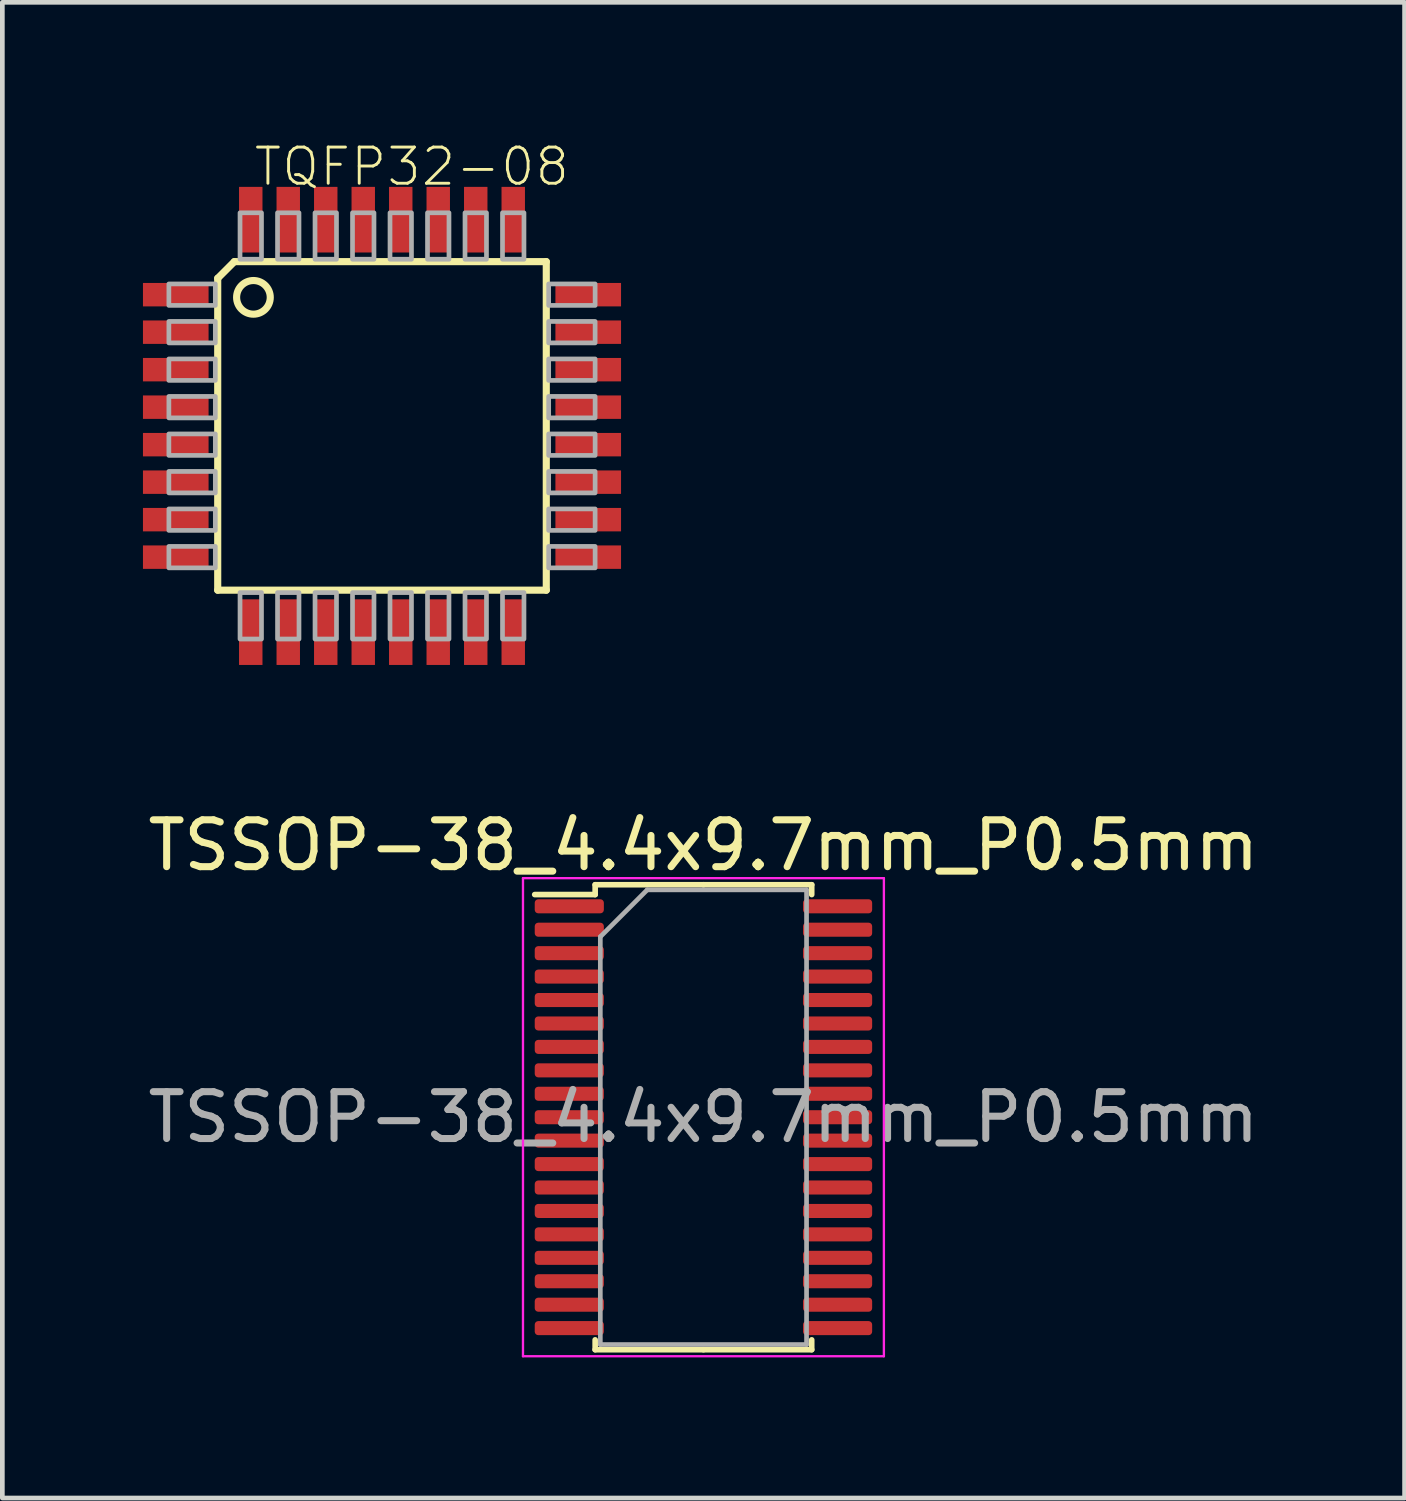
<source format=kicad_pcb>
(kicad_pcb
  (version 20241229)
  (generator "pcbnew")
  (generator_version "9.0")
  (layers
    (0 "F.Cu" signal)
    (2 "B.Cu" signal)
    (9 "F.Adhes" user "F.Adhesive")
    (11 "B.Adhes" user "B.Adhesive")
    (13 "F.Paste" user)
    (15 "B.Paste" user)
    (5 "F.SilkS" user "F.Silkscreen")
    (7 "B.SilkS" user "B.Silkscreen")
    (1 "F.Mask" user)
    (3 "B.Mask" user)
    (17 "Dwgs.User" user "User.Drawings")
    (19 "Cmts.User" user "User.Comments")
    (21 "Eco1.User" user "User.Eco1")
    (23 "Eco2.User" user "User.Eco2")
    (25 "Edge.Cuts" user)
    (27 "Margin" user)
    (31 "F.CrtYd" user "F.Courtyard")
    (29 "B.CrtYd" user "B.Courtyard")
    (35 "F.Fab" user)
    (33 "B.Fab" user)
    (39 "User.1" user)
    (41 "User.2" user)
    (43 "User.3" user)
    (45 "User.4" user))
  (footprint "TQFP32-08"
    (layer "F.Cu")
    (at 5.1 6.037)
    (property "Reference" "TQFP32-08" (at -2.769 -5.08 0) (layer "F.SilkS") (effects (font (size 0.772 0.772) (thickness 0.062)) (justify left bottom)))
    (attr through_hole)
    (fp_line (start -3.505 3.505) (end -3.505 -3.15) (stroke (width 0.152) (type solid)) (layer "F.SilkS"))
    (fp_line (start -3.15 -3.505) (end -3.505 -3.15) (stroke (width 0.152) (type solid)) (layer "F.SilkS"))
    (fp_line (start -3.15 -3.505) (end 3.505 -3.505) (stroke (width 0.152) (type solid)) (layer "F.SilkS"))
    (fp_line (start 3.505 -3.505) (end 3.505 3.505) (stroke (width 0.152) (type solid)) (layer "F.SilkS"))
    (fp_line (start 3.505 3.505) (end -3.505 3.505) (stroke (width 0.152) (type solid)) (layer "F.SilkS"))
    (fp_circle (center -2.743 -2.743) (end -2.384 -2.743) (stroke (width 0.152) (type solid)) (fill no) (layer "F.SilkS"))
    (fp_poly (pts (xy -4.547 -2.571) (xy -3.556 -2.571) (xy -3.556 -3.029) (xy -4.547 -3.029)) (stroke (width 0.1) (type solid)) (fill no) (layer "F.Fab"))
    (fp_poly (pts (xy -4.547 -1.771) (xy -3.556 -1.771) (xy -3.556 -2.229) (xy -4.547 -2.229)) (stroke (width 0.1) (type solid)) (fill no) (layer "F.Fab"))
    (fp_poly (pts (xy -4.547 -0.971) (xy -3.556 -0.971) (xy -3.556 -1.429) (xy -4.547 -1.429)) (stroke (width 0.1) (type solid)) (fill no) (layer "F.Fab"))
    (fp_poly (pts (xy -4.547 -0.171) (xy -3.556 -0.171) (xy -3.556 -0.629) (xy -4.547 -0.629)) (stroke (width 0.1) (type solid)) (fill no) (layer "F.Fab"))
    (fp_poly (pts (xy -4.547 0.629) (xy -3.556 0.629) (xy -3.556 0.171) (xy -4.547 0.171)) (stroke (width 0.1) (type solid)) (fill no) (layer "F.Fab"))
    (fp_poly (pts (xy -4.547 1.429) (xy -3.556 1.429) (xy -3.556 0.971) (xy -4.547 0.971)) (stroke (width 0.1) (type solid)) (fill no) (layer "F.Fab"))
    (fp_poly (pts (xy -4.547 2.229) (xy -3.556 2.229) (xy -3.556 1.771) (xy -4.547 1.771)) (stroke (width 0.1) (type solid)) (fill no) (layer "F.Fab"))
    (fp_poly (pts (xy -4.547 3.029) (xy -3.556 3.029) (xy -3.556 2.571) (xy -4.547 2.571)) (stroke (width 0.1) (type solid)) (fill no) (layer "F.Fab"))
    (fp_poly (pts (xy -3.029 -3.556) (xy -2.571 -3.556) (xy -2.571 -4.547) (xy -3.029 -4.547)) (stroke (width 0.1) (type solid)) (fill no) (layer "F.Fab"))
    (fp_poly (pts (xy -3.029 4.547) (xy -2.571 4.547) (xy -2.571 3.556) (xy -3.029 3.556)) (stroke (width 0.1) (type solid)) (fill no) (layer "F.Fab"))
    (fp_poly (pts (xy -2.229 -3.556) (xy -1.771 -3.556) (xy -1.771 -4.547) (xy -2.229 -4.547)) (stroke (width 0.1) (type solid)) (fill no) (layer "F.Fab"))
    (fp_poly (pts (xy -2.229 4.547) (xy -1.771 4.547) (xy -1.771 3.556) (xy -2.229 3.556)) (stroke (width 0.1) (type solid)) (fill no) (layer "F.Fab"))
    (fp_poly (pts (xy -1.429 -3.556) (xy -0.971 -3.556) (xy -0.971 -4.547) (xy -1.429 -4.547)) (stroke (width 0.1) (type solid)) (fill no) (layer "F.Fab"))
    (fp_poly (pts (xy -1.429 4.547) (xy -0.971 4.547) (xy -0.971 3.556) (xy -1.429 3.556)) (stroke (width 0.1) (type solid)) (fill no) (layer "F.Fab"))
    (fp_poly (pts (xy -0.629 -3.556) (xy -0.171 -3.556) (xy -0.171 -4.547) (xy -0.629 -4.547)) (stroke (width 0.1) (type solid)) (fill no) (layer "F.Fab"))
    (fp_poly (pts (xy -0.629 4.547) (xy -0.171 4.547) (xy -0.171 3.556) (xy -0.629 3.556)) (stroke (width 0.1) (type solid)) (fill no) (layer "F.Fab"))
    (fp_poly (pts (xy 0.171 -3.556) (xy 0.629 -3.556) (xy 0.629 -4.547) (xy 0.171 -4.547)) (stroke (width 0.1) (type solid)) (fill no) (layer "F.Fab"))
    (fp_poly (pts (xy 0.171 4.547) (xy 0.629 4.547) (xy 0.629 3.556) (xy 0.171 3.556)) (stroke (width 0.1) (type solid)) (fill no) (layer "F.Fab"))
    (fp_poly (pts (xy 0.971 -3.556) (xy 1.429 -3.556) (xy 1.429 -4.547) (xy 0.971 -4.547)) (stroke (width 0.1) (type solid)) (fill no) (layer "F.Fab"))
    (fp_poly (pts (xy 0.971 4.547) (xy 1.429 4.547) (xy 1.429 3.556) (xy 0.971 3.556)) (stroke (width 0.1) (type solid)) (fill no) (layer "F.Fab"))
    (fp_poly (pts (xy 1.771 -3.556) (xy 2.229 -3.556) (xy 2.229 -4.547) (xy 1.771 -4.547)) (stroke (width 0.1) (type solid)) (fill no) (layer "F.Fab"))
    (fp_poly (pts (xy 1.771 4.547) (xy 2.229 4.547) (xy 2.229 3.556) (xy 1.771 3.556)) (stroke (width 0.1) (type solid)) (fill no) (layer "F.Fab"))
    (fp_poly (pts (xy 2.571 -3.556) (xy 3.029 -3.556) (xy 3.029 -4.547) (xy 2.571 -4.547)) (stroke (width 0.1) (type solid)) (fill no) (layer "F.Fab"))
    (fp_poly (pts (xy 2.571 4.547) (xy 3.029 4.547) (xy 3.029 3.556) (xy 2.571 3.556)) (stroke (width 0.1) (type solid)) (fill no) (layer "F.Fab"))
    (fp_poly (pts (xy 3.556 -2.571) (xy 4.547 -2.571) (xy 4.547 -3.029) (xy 3.556 -3.029)) (stroke (width 0.1) (type solid)) (fill no) (layer "F.Fab"))
    (fp_poly (pts (xy 3.556 -1.771) (xy 4.547 -1.771) (xy 4.547 -2.229) (xy 3.556 -2.229)) (stroke (width 0.1) (type solid)) (fill no) (layer "F.Fab"))
    (fp_poly (pts (xy 3.556 -0.971) (xy 4.547 -0.971) (xy 4.547 -1.429) (xy 3.556 -1.429)) (stroke (width 0.1) (type solid)) (fill no) (layer "F.Fab"))
    (fp_poly (pts (xy 3.556 -0.171) (xy 4.547 -0.171) (xy 4.547 -0.629) (xy 3.556 -0.629)) (stroke (width 0.1) (type solid)) (fill no) (layer "F.Fab"))
    (fp_poly (pts (xy 3.556 0.629) (xy 4.547 0.629) (xy 4.547 0.171) (xy 3.556 0.171)) (stroke (width 0.1) (type solid)) (fill no) (layer "F.Fab"))
    (fp_poly (pts (xy 3.556 1.429) (xy 4.547 1.429) (xy 4.547 0.971) (xy 3.556 0.971)) (stroke (width 0.1) (type solid)) (fill no) (layer "F.Fab"))
    (fp_poly (pts (xy 3.556 2.229) (xy 4.547 2.229) (xy 4.547 1.771) (xy 3.556 1.771)) (stroke (width 0.1) (type solid)) (fill no) (layer "F.Fab"))
    (fp_poly (pts (xy 3.556 3.029) (xy 4.547 3.029) (xy 4.547 2.571) (xy 3.556 2.571)) (stroke (width 0.1) (type solid)) (fill no) (layer "F.Fab"))
    (pad "1" smd rect (at -4.4 -2.8) (size 1.4 0.5) (layers "F.Cu" "F.Mask" "F.Paste"))
    (pad "2" smd rect (at -4.4 -2) (size 1.4 0.5) (layers "F.Cu" "F.Mask" "F.Paste"))
    (pad "3" smd rect (at -4.4 -1.2) (size 1.4 0.5) (layers "F.Cu" "F.Mask" "F.Paste"))
    (pad "4" smd rect (at -4.4 -0.4) (size 1.4 0.5) (layers "F.Cu" "F.Mask" "F.Paste"))
    (pad "5" smd rect (at -4.4 0.4) (size 1.4 0.5) (layers "F.Cu" "F.Mask" "F.Paste"))
    (pad "6" smd rect (at -4.4 1.2) (size 1.4 0.5) (layers "F.Cu" "F.Mask" "F.Paste"))
    (pad "7" smd rect (at -4.4 2) (size 1.4 0.5) (layers "F.Cu" "F.Mask" "F.Paste"))
    (pad "8" smd rect (at -4.4 2.8) (size 1.4 0.5) (layers "F.Cu" "F.Mask" "F.Paste"))
    (pad "9" smd rect (at -2.8 4.4) (size 0.5 1.4) (layers "F.Cu" "F.Mask" "F.Paste"))
    (pad "10" smd rect (at -2 4.4) (size 0.5 1.4) (layers "F.Cu" "F.Mask" "F.Paste"))
    (pad "11" smd rect (at -1.2 4.4) (size 0.5 1.4) (layers "F.Cu" "F.Mask" "F.Paste"))
    (pad "12" smd rect (at -0.4 4.4) (size 0.5 1.4) (layers "F.Cu" "F.Mask" "F.Paste"))
    (pad "13" smd rect (at 0.4 4.4) (size 0.5 1.4) (layers "F.Cu" "F.Mask" "F.Paste"))
    (pad "14" smd rect (at 1.2 4.4) (size 0.5 1.4) (layers "F.Cu" "F.Mask" "F.Paste"))
    (pad "15" smd rect (at 2 4.4) (size 0.5 1.4) (layers "F.Cu" "F.Mask" "F.Paste"))
    (pad "16" smd rect (at 2.8 4.4) (size 0.5 1.4) (layers "F.Cu" "F.Mask" "F.Paste"))
    (pad "17" smd rect (at 4.4 2.8) (size 1.4 0.5) (layers "F.Cu" "F.Mask" "F.Paste"))
    (pad "18" smd rect (at 4.4 2) (size 1.4 0.5) (layers "F.Cu" "F.Mask" "F.Paste"))
    (pad "19" smd rect (at 4.4 1.2) (size 1.4 0.5) (layers "F.Cu" "F.Mask" "F.Paste"))
    (pad "20" smd rect (at 4.4 0.4) (size 1.4 0.5) (layers "F.Cu" "F.Mask" "F.Paste"))
    (pad "21" smd rect (at 4.4 -0.4) (size 1.4 0.5) (layers "F.Cu" "F.Mask" "F.Paste"))
    (pad "22" smd rect (at 4.4 -1.2) (size 1.4 0.5) (layers "F.Cu" "F.Mask" "F.Paste"))
    (pad "23" smd rect (at 4.4 -2) (size 1.4 0.5) (layers "F.Cu" "F.Mask" "F.Paste"))
    (pad "24" smd rect (at 4.4 -2.8) (size 1.4 0.5) (layers "F.Cu" "F.Mask" "F.Paste"))
    (pad "25" smd rect (at 2.8 -4.4) (size 0.5 1.4) (layers "F.Cu" "F.Mask" "F.Paste"))
    (pad "26" smd rect (at 2 -4.4) (size 0.5 1.4) (layers "F.Cu" "F.Mask" "F.Paste"))
    (pad "27" smd rect (at 1.2 -4.4) (size 0.5 1.4) (layers "F.Cu" "F.Mask" "F.Paste"))
    (pad "28" smd rect (at 0.4 -4.4) (size 0.5 1.4) (layers "F.Cu" "F.Mask" "F.Paste"))
    (pad "29" smd rect (at -0.4 -4.4) (size 0.5 1.4) (layers "F.Cu" "F.Mask" "F.Paste"))
    (pad "30" smd rect (at -1.2 -4.4) (size 0.5 1.4) (layers "F.Cu" "F.Mask" "F.Paste"))
    (pad "31" smd rect (at -2 -4.4) (size 0.5 1.4) (layers "F.Cu" "F.Mask" "F.Paste"))
    (pad "32" smd rect (at -2.8 -4.4) (size 0.5 1.4) (layers "F.Cu" "F.Mask" "F.Paste")))
  (footprint "TSSOP-38_4.4x9.7mm_P0.5mm"
    (layer "F.Cu")
    (at 11.958 21.036)
    (property "Reference" "TSSOP-38_4.4x9.7mm_P0.5mm" (at 0 -6.05 0) (layer "F.SilkS") (effects (font (size 1 1) (thickness 0.15))))
    (attr smd)
    (fp_line (start -2.31 -5.21) (end -2.31 -5) (stroke (width 0.12) (type solid)) (layer "F.SilkS"))
    (fp_line (start -2.31 -5) (end -3.6 -5) (stroke (width 0.12) (type solid)) (layer "F.SilkS"))
    (fp_line (start -2.31 4.71) (end -2.31 4.5) (stroke (width 0.12) (type solid)) (layer "F.SilkS"))
    (fp_line (start 0 -5.21) (end -2.31 -5.21) (stroke (width 0.12) (type solid)) (layer "F.SilkS"))
    (fp_line (start 0 -5.21) (end 2.31 -5.21) (stroke (width 0.12) (type solid)) (layer "F.SilkS"))
    (fp_line (start 0 4.71) (end -2.31 4.71) (stroke (width 0.12) (type solid)) (layer "F.SilkS"))
    (fp_line (start 0 4.71) (end 2.31 4.71) (stroke (width 0.12) (type solid)) (layer "F.SilkS"))
    (fp_line (start 2.31 -5.21) (end 2.31 -5) (stroke (width 0.12) (type solid)) (layer "F.SilkS"))
    (fp_line (start 2.31 4.71) (end 2.31 4.5) (stroke (width 0.12) (type solid)) (layer "F.SilkS"))
    (fp_line (start -3.85 -5.35) (end -3.85 4.85) (stroke (width 0.05) (type solid)) (layer "F.CrtYd"))
    (fp_line (start -3.85 4.85) (end 3.85 4.85) (stroke (width 0.05) (type solid)) (layer "F.CrtYd"))
    (fp_line (start 3.85 -5.35) (end -3.85 -5.35) (stroke (width 0.05) (type solid)) (layer "F.CrtYd"))
    (fp_line (start 3.85 4.85) (end 3.85 -5.35) (stroke (width 0.05) (type solid)) (layer "F.CrtYd"))
    (fp_line (start -2.2 -4.1) (end -1.2 -5.1) (stroke (width 0.1) (type solid)) (layer "F.Fab"))
    (fp_line (start -2.2 4.6) (end -2.2 -4.1) (stroke (width 0.1) (type solid)) (layer "F.Fab"))
    (fp_line (start -1.2 -5.1) (end 2.2 -5.1) (stroke (width 0.1) (type solid)) (layer "F.Fab"))
    (fp_line (start 2.2 -5.1) (end 2.2 4.6) (stroke (width 0.1) (type solid)) (layer "F.Fab"))
    (fp_line (start 2.2 4.6) (end -2.2 4.6) (stroke (width 0.1) (type solid)) (layer "F.Fab"))
    (fp_text user "${REFERENCE}" (at 0 -0.25 0) (layer "F.Fab") (effects (font (size 1 1) (thickness 0.15))))
    (pad "1" smd roundrect (at -2.862 -4.75) (size 1.475 0.3) (layers "F.Cu" "F.Mask" "F.Paste") (roundrect_rratio 0.25))
    (pad "2" smd roundrect (at -2.862 -4.25) (size 1.475 0.3) (layers "F.Cu" "F.Mask" "F.Paste") (roundrect_rratio 0.25))
    (pad "3" smd roundrect (at -2.862 -3.75) (size 1.475 0.3) (layers "F.Cu" "F.Mask" "F.Paste") (roundrect_rratio 0.25))
    (pad "4" smd roundrect (at -2.862 -3.25) (size 1.475 0.3) (layers "F.Cu" "F.Mask" "F.Paste") (roundrect_rratio 0.25))
    (pad "5" smd roundrect (at -2.862 -2.75) (size 1.475 0.3) (layers "F.Cu" "F.Mask" "F.Paste") (roundrect_rratio 0.25))
    (pad "6" smd roundrect (at -2.862 -2.25) (size 1.475 0.3) (layers "F.Cu" "F.Mask" "F.Paste") (roundrect_rratio 0.25))
    (pad "7" smd roundrect (at -2.862 -1.75) (size 1.475 0.3) (layers "F.Cu" "F.Mask" "F.Paste") (roundrect_rratio 0.25))
    (pad "8" smd roundrect (at -2.862 -1.25) (size 1.475 0.3) (layers "F.Cu" "F.Mask" "F.Paste") (roundrect_rratio 0.25))
    (pad "9" smd roundrect (at -2.862 -0.75) (size 1.475 0.3) (layers "F.Cu" "F.Mask" "F.Paste") (roundrect_rratio 0.25))
    (pad "10" smd roundrect (at -2.862 -0.25) (size 1.475 0.3) (layers "F.Cu" "F.Mask" "F.Paste") (roundrect_rratio 0.25))
    (pad "11" smd roundrect (at -2.862 0.25) (size 1.475 0.3) (layers "F.Cu" "F.Mask" "F.Paste") (roundrect_rratio 0.25))
    (pad "12" smd roundrect (at -2.862 0.75) (size 1.475 0.3) (layers "F.Cu" "F.Mask" "F.Paste") (roundrect_rratio 0.25))
    (pad "13" smd roundrect (at -2.862 1.25) (size 1.475 0.3) (layers "F.Cu" "F.Mask" "F.Paste") (roundrect_rratio 0.25))
    (pad "14" smd roundrect (at -2.862 1.75) (size 1.475 0.3) (layers "F.Cu" "F.Mask" "F.Paste") (roundrect_rratio 0.25))
    (pad "15" smd roundrect (at -2.862 2.25) (size 1.475 0.3) (layers "F.Cu" "F.Mask" "F.Paste") (roundrect_rratio 0.25))
    (pad "16" smd roundrect (at -2.862 2.75) (size 1.475 0.3) (layers "F.Cu" "F.Mask" "F.Paste") (roundrect_rratio 0.25))
    (pad "17" smd roundrect (at -2.862 3.25) (size 1.475 0.3) (layers "F.Cu" "F.Mask" "F.Paste") (roundrect_rratio 0.25))
    (pad "18" smd roundrect (at -2.862 3.75) (size 1.475 0.3) (layers "F.Cu" "F.Mask" "F.Paste") (roundrect_rratio 0.25))
    (pad "19" smd roundrect (at -2.862 4.25) (size 1.475 0.3) (layers "F.Cu" "F.Mask" "F.Paste") (roundrect_rratio 0.25))
    (pad "20" smd roundrect (at 2.862 4.25) (size 1.475 0.3) (layers "F.Cu" "F.Mask" "F.Paste") (roundrect_rratio 0.25))
    (pad "21" smd roundrect (at 2.862 3.75) (size 1.475 0.3) (layers "F.Cu" "F.Mask" "F.Paste") (roundrect_rratio 0.25))
    (pad "22" smd roundrect (at 2.862 3.25) (size 1.475 0.3) (layers "F.Cu" "F.Mask" "F.Paste") (roundrect_rratio 0.25))
    (pad "23" smd roundrect (at 2.862 2.75) (size 1.475 0.3) (layers "F.Cu" "F.Mask" "F.Paste") (roundrect_rratio 0.25))
    (pad "24" smd roundrect (at 2.862 2.25) (size 1.475 0.3) (layers "F.Cu" "F.Mask" "F.Paste") (roundrect_rratio 0.25))
    (pad "25" smd roundrect (at 2.862 1.75) (size 1.475 0.3) (layers "F.Cu" "F.Mask" "F.Paste") (roundrect_rratio 0.25))
    (pad "26" smd roundrect (at 2.862 1.25) (size 1.475 0.3) (layers "F.Cu" "F.Mask" "F.Paste") (roundrect_rratio 0.25))
    (pad "27" smd roundrect (at 2.862 0.75) (size 1.475 0.3) (layers "F.Cu" "F.Mask" "F.Paste") (roundrect_rratio 0.25))
    (pad "28" smd roundrect (at 2.862 0.25) (size 1.475 0.3) (layers "F.Cu" "F.Mask" "F.Paste") (roundrect_rratio 0.25))
    (pad "29" smd roundrect (at 2.862 -0.25) (size 1.475 0.3) (layers "F.Cu" "F.Mask" "F.Paste") (roundrect_rratio 0.25))
    (pad "30" smd roundrect (at 2.862 -0.75) (size 1.475 0.3) (layers "F.Cu" "F.Mask" "F.Paste") (roundrect_rratio 0.25))
    (pad "31" smd roundrect (at 2.862 -1.25) (size 1.475 0.3) (layers "F.Cu" "F.Mask" "F.Paste") (roundrect_rratio 0.25))
    (pad "32" smd roundrect (at 2.862 -1.75) (size 1.475 0.3) (layers "F.Cu" "F.Mask" "F.Paste") (roundrect_rratio 0.25))
    (pad "33" smd roundrect (at 2.862 -2.25) (size 1.475 0.3) (layers "F.Cu" "F.Mask" "F.Paste") (roundrect_rratio 0.25))
    (pad "34" smd roundrect (at 2.862 -2.75) (size 1.475 0.3) (layers "F.Cu" "F.Mask" "F.Paste") (roundrect_rratio 0.25))
    (pad "35" smd roundrect (at 2.862 -3.25) (size 1.475 0.3) (layers "F.Cu" "F.Mask" "F.Paste") (roundrect_rratio 0.25))
    (pad "36" smd roundrect (at 2.862 -3.75) (size 1.475 0.3) (layers "F.Cu" "F.Mask" "F.Paste") (roundrect_rratio 0.25))
    (pad "37" smd roundrect (at 2.862 -4.25) (size 1.475 0.3) (layers "F.Cu" "F.Mask" "F.Paste") (roundrect_rratio 0.25))
    (pad "38" smd roundrect (at 2.862 -4.75) (size 1.475 0.3) (layers "F.Cu" "F.Mask" "F.Paste") (roundrect_rratio 0.25)))
  (gr_rect
    (start -3 -3)
    (end 26.917 28.911)
    (stroke (width 0.1) (type default))
    (fill no)
    (layer "Edge.Cuts")))
</source>
